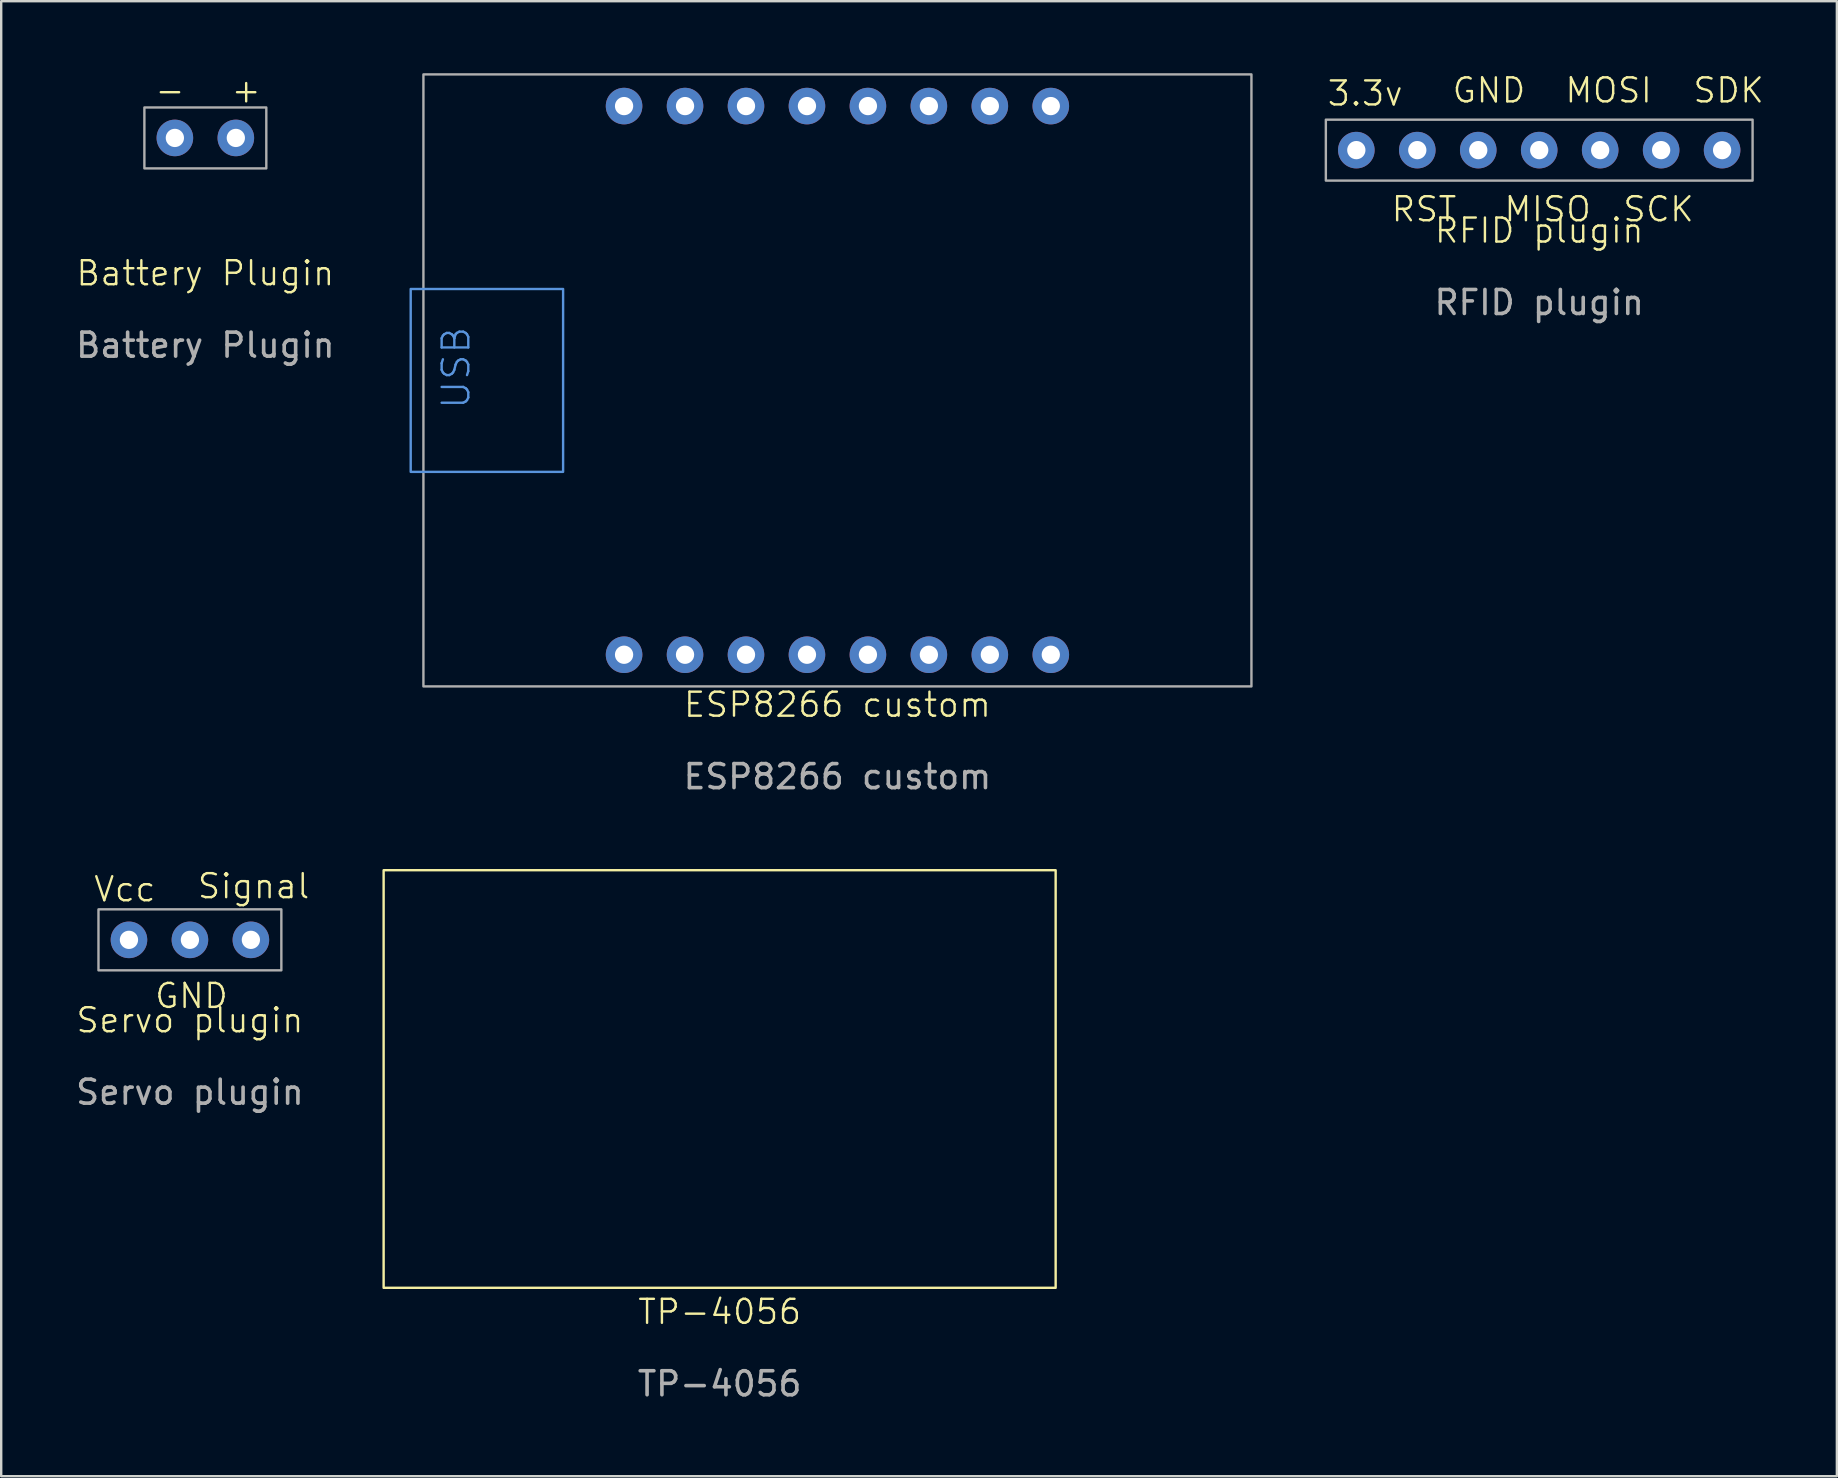
<source format=kicad_pcb>
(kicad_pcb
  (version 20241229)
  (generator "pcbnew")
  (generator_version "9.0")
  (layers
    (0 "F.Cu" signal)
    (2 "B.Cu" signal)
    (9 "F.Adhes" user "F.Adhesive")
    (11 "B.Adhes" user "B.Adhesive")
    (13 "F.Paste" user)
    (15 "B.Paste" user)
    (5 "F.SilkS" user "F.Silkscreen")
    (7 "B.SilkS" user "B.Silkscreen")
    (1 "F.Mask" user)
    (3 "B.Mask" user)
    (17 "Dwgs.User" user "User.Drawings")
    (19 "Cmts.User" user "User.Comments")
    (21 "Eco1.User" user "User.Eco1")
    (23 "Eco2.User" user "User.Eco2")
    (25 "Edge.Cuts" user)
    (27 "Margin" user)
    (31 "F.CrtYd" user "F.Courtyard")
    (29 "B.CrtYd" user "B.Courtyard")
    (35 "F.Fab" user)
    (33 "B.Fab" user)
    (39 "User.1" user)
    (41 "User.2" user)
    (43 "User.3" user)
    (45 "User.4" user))
  (footprint "TP-4056"
    (layer "F.Cu")
    (at 26.934 41.908)
    (property "Reference" "TP-4056" (at 0 9.7 0) (unlocked yes) (layer "F.SilkS") (effects (font (size 1 1) (thickness 0.1))))
    (attr through_hole)
    (fp_rect (start -14 -8.7) (end 14 8.7) (stroke (width 0.1) (type default)) (fill no) (layer "F.SilkS"))
    (fp_text user "${REFERENCE}" (at 0 12.7 0) (unlocked yes) (layer "F.Fab") (effects (font (size 1 1) (thickness 0.15)))))
  (footprint "Battery Plugin"
    (layer "F.Cu")
    (at 5.506 2.697)
    (property "Reference" "Battery Plugin" (at 0 5.636 0) (unlocked yes) (layer "F.SilkS") (effects (font (size 1 1) (thickness 0.1))))
    (attr through_hole)
    (fp_rect (start -2.54 -1.27) (end 2.54 1.27) (stroke (width 0.1) (type default)) (fill no) (layer "F.Fab"))
    (fp_text user "+" (at 1.016 -1.397 0) (unlocked yes) (layer "F.SilkS") (effects (font (size 1 1) (thickness 0.1)) (justify left bottom)))
    (fp_text user "-" (at -2.159 -1.397 0) (unlocked yes) (layer "F.SilkS") (effects (font (size 1 1) (thickness 0.1)) (justify left bottom)))
    (fp_text user "${REFERENCE}" (at 0 8.636 0) (unlocked yes) (layer "F.Fab") (effects (font (size 1 1) (thickness 0.15))))
    (pad "1" thru_hole circle (at -1.27 0) (size 1.524 1.524) (drill 0.762) (layers "*.Cu" "*.Mask"))
    (pad "2" thru_hole circle (at 1.27 0) (size 1.524 1.524) (drill 0.762) (layers "*.Cu" "*.Mask")))
  (footprint "RFID plugin"
    (layer "F.Cu")
    (at 61.082 3.205)
    (property "Reference" "RFID plugin" (at 0 3.35 0) (unlocked yes) (layer "F.SilkS") (effects (font (size 1 1) (thickness 0.1))))
    (attr through_hole)
    (fp_rect (start -8.89 -1.27) (end 8.89 1.27) (stroke (width 0.1) (type default)) (fill no) (layer "F.Fab"))
    (fp_text user "3.3v" (at -8.89 -1.778 0) (unlocked yes) (layer "F.SilkS") (effects (font (size 1 1) (thickness 0.1)) (justify left bottom)))
    (fp_text user "SDK" (at 6.35 -1.905 0) (unlocked yes) (layer "F.SilkS") (effects (font (size 1 1) (thickness 0.1)) (justify left bottom)))
    (fp_text user "RST" (at -6.223 3.048 0) (unlocked yes) (layer "F.SilkS") (effects (font (size 1 1) (thickness 0.1)) (justify left bottom)))
    (fp_text user "SCK" (at 3.429 3.048 0) (unlocked yes) (layer "F.SilkS") (effects (font (size 1 1) (thickness 0.1)) (justify left bottom)))
    (fp_text user "GND" (at -3.683 -1.905 0) (unlocked yes) (layer "F.SilkS") (effects (font (size 1 1) (thickness 0.1)) (justify left bottom)))
    (fp_text user "MOSI" (at 1.016 -1.905 0) (unlocked yes) (layer "F.SilkS") (effects (font (size 1 1) (thickness 0.1)) (justify left bottom)))
    (fp_text user "MISO" (at -1.524 3.048 0) (unlocked yes) (layer "F.SilkS") (effects (font (size 1 1) (thickness 0.1)) (justify left bottom)))
    (fp_text user "${REFERENCE}" (at 0 6.35 0) (unlocked yes) (layer "F.Fab") (effects (font (size 1 1) (thickness 0.15))))
    (pad "1" thru_hole circle (at -7.62 0) (size 1.524 1.524) (drill 0.762) (layers "*.Cu" "*.Mask"))
    (pad "2" thru_hole circle (at -5.08 0) (size 1.524 1.524) (drill 0.762) (layers "*.Cu" "*.Mask"))
    (pad "3" thru_hole circle (at -2.54 0) (size 1.524 1.524) (drill 0.762) (layers "*.Cu" "*.Mask"))
    (pad "4" thru_hole circle (at 0 0) (size 1.524 1.524) (drill 0.762) (layers "*.Cu" "*.Mask"))
    (pad "5" thru_hole circle (at 2.54 0) (size 1.524 1.524) (drill 0.762) (layers "*.Cu" "*.Mask"))
    (pad "6" thru_hole circle (at 5.08 0 90) (size 1.524 1.524) (drill 0.762) (layers "*.Cu" "*.Mask"))
    (pad "7" thru_hole circle (at 7.62 0) (size 1.524 1.524) (drill 0.762) (layers "*.Cu" "*.Mask")))
  (footprint "Servo plugin"
    (layer "F.Cu")
    (at 4.863 36.109)
    (property "Reference" "Servo plugin" (at 0 3.35 0) (unlocked yes) (layer "F.SilkS") (effects (font (size 1 1) (thickness 0.1))))
    (attr through_hole)
    (fp_rect (start -3.81 -1.27) (end 3.81 1.27) (stroke (width 0.1) (type default)) (fill no) (layer "F.Fab"))
    (fp_text user "Vcc" (at -4.064 -1.524 0) (unlocked yes) (layer "F.SilkS") (effects (font (size 1 1) (thickness 0.1)) (justify left bottom)))
    (fp_text user "Signal" (at 0.254 -1.651 0) (unlocked yes) (layer "F.SilkS") (effects (font (size 1 1) (thickness 0.1)) (justify left bottom)))
    (fp_text user "GND" (at -1.524 2.921 0) (unlocked yes) (layer "F.SilkS") (effects (font (size 1 1) (thickness 0.1)) (justify left bottom)))
    (fp_text user "${REFERENCE}" (at 0 6.35 0) (unlocked yes) (layer "F.Fab") (effects (font (size 1 1) (thickness 0.15))))
    (pad "1" thru_hole circle (at -2.54 0) (size 1.524 1.524) (drill 0.762) (layers "*.Cu" "*.Mask"))
    (pad "2" thru_hole circle (at 0 0) (size 1.524 1.524) (drill 0.762) (layers "*.Cu" "*.Mask"))
    (pad "3" thru_hole circle (at 2.54 0) (size 1.524 1.524) (drill 0.762) (layers "*.Cu" "*.Mask")))
  (footprint "ESP8266 custom"
    (layer "F.Cu")
    (at 31.842 12.8)
    (property "Reference" "ESP8266 custom" (at 0 13.51 0) (unlocked yes) (layer "F.SilkS") (effects (font (size 1 1) (thickness 0.1))))
    (attr through_hole)
    (fp_rect (start -17.78 -3.81) (end -11.43 3.81) (stroke (width 0.1) (type default)) (fill no) (layer "Cmts.User"))
    (fp_rect (start -17.25 -12.75) (end 17.25 12.75) (stroke (width 0.1) (type default)) (fill no) (layer "F.Fab"))
    (fp_text user "USB" (at -15.24 1.27 90) (unlocked yes) (layer "Cmts.User") (effects (font (size 1.11 1.152) (thickness 0.1)) (justify left bottom)))
    (fp_text user "${REFERENCE}" (at 0 16.51 0) (unlocked yes) (layer "F.Fab") (effects (font (size 1 1) (thickness 0.15))))
    (pad "00" thru_hole circle (at 3.81 11.43) (size 1.524 1.524) (drill 0.762) (layers "*.Cu" "*.Mask"))
    (pad "1" thru_hole circle (at 3.81 -11.43) (size 1.524 1.524) (drill 0.762) (layers "*.Cu" "*.Mask"))
    (pad "2" thru_hole circle (at 1.27 -11.43) (size 1.524 1.524) (drill 0.762) (layers "*.Cu" "*.Mask"))
    (pad "3" thru_hole circle (at -1.27 -11.43) (size 1.524 1.524) (drill 0.762) (layers "*.Cu" "*.Mask"))
    (pad "3v" thru_hole circle (at -8.89 11.43) (size 1.524 1.524) (drill 0.762) (layers "*.Cu" "*.Mask"))
    (pad "4" thru_hole circle (at -3.81 -11.43) (size 1.524 1.524) (drill 0.762) (layers "*.Cu" "*.Mask"))
    (pad "5" thru_hole circle (at 1.27 11.43) (size 1.524 1.524) (drill 0.762) (layers "*.Cu" "*.Mask"))
    (pad "5V" thru_hole circle (at -8.89 -11.43) (size 1.524 1.524) (drill 0.762) (layers "*.Cu" "*.Mask"))
    (pad "6" thru_hole circle (at -1.27 11.43) (size 1.524 1.524) (drill 0.762) (layers "*.Cu" "*.Mask"))
    (pad "7" thru_hole circle (at -3.81 11.43) (size 1.524 1.524) (drill 0.762) (layers "*.Cu" "*.Mask"))
    (pad "8" thru_hole circle (at -6.35 11.43) (size 1.524 1.524) (drill 0.762) (layers "*.Cu" "*.Mask"))
    (pad "A0" thru_hole circle (at 6.35 11.43) (size 1.524 1.524) (drill 0.762) (layers "*.Cu" "*.Mask"))
    (pad "G" thru_hole circle (at -6.35 -11.43) (size 1.524 1.524) (drill 0.762) (layers "*.Cu" "*.Mask"))
    (pad "RST" thru_hole circle (at 8.89 11.43) (size 1.524 1.524) (drill 0.762) (layers "*.Cu" "*.Mask"))
    (pad "RX" thru_hole circle (at 6.35 -11.43) (size 1.524 1.524) (drill 0.762) (layers "*.Cu" "*.Mask"))
    (pad "TX" thru_hole circle (at 8.89 -11.43) (size 1.524 1.524) (drill 0.762) (layers "*.Cu" "*.Mask")))
  (gr_rect
    (start -3 -3)
    (end 73.484 58.456)
    (stroke (width 0.1) (type default))
    (fill no)
    (layer "Edge.Cuts")))
</source>
